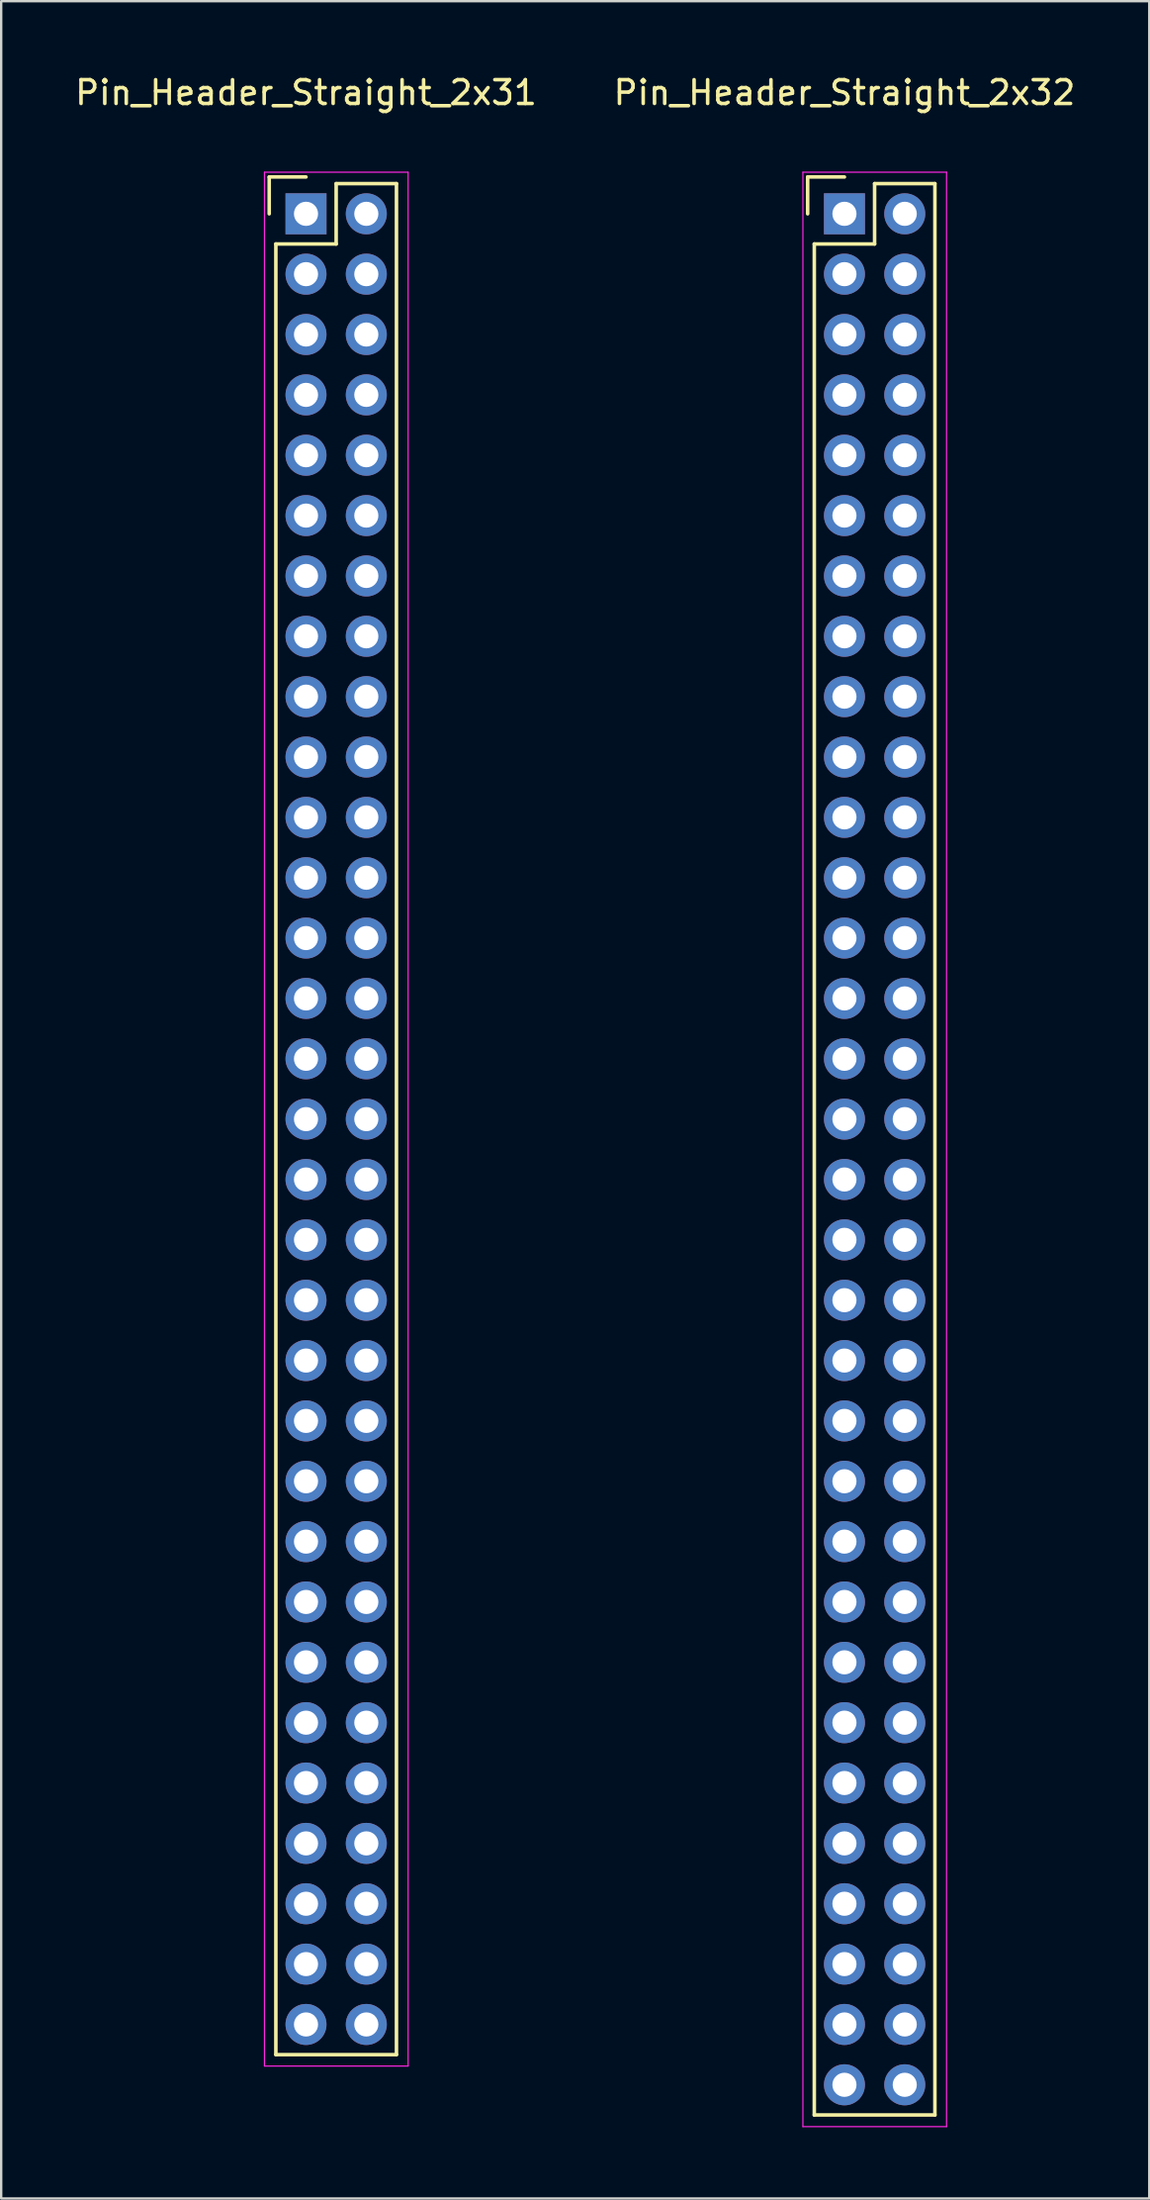
<source format=kicad_pcb>
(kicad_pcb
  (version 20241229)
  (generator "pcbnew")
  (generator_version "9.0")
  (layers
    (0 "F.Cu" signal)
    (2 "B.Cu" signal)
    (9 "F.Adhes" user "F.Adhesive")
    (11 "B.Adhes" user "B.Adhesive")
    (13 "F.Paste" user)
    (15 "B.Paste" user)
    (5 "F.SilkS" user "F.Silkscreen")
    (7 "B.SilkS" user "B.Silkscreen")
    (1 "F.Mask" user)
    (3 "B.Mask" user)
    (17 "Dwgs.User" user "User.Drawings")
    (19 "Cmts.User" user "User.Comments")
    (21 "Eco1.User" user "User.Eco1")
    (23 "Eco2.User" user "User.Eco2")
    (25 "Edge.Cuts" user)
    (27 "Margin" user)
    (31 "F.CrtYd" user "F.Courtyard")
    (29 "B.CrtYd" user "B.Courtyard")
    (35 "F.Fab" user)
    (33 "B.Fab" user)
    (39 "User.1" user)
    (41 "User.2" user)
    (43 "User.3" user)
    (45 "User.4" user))
  (footprint "Pin_Header_Straight_2x32"
    (layer "F.Cu")
    (at 32.518 5.948)
    (property "Reference" "Pin_Header_Straight_2x32" (at 0 -5.1 0) (layer "F.SilkS") (effects (font (size 1 1) (thickness 0.15))))
    (attr through_hole)
    (fp_line (start -1.55 -1.55) (end -1.55 0) (stroke (width 0.15) (type solid)) (layer "F.SilkS"))
    (fp_line (start -1.27 1.27) (end -1.27 80.01) (stroke (width 0.15) (type solid)) (layer "F.SilkS"))
    (fp_line (start 0 -1.55) (end -1.55 -1.55) (stroke (width 0.15) (type solid)) (layer "F.SilkS"))
    (fp_line (start 1.27 -1.27) (end 1.27 1.27) (stroke (width 0.15) (type solid)) (layer "F.SilkS"))
    (fp_line (start 1.27 1.27) (end -1.27 1.27) (stroke (width 0.15) (type solid)) (layer "F.SilkS"))
    (fp_line (start 3.81 -1.27) (end 1.27 -1.27) (stroke (width 0.15) (type solid)) (layer "F.SilkS"))
    (fp_line (start 3.81 80.01) (end -1.27 80.01) (stroke (width 0.15) (type solid)) (layer "F.SilkS"))
    (fp_line (start 3.81 80.01) (end 3.81 -1.27) (stroke (width 0.15) (type solid)) (layer "F.SilkS"))
    (fp_line (start -1.75 -1.75) (end -1.75 80.5) (stroke (width 0.05) (type solid)) (layer "F.CrtYd"))
    (fp_line (start -1.75 -1.75) (end 4.3 -1.75) (stroke (width 0.05) (type solid)) (layer "F.CrtYd"))
    (fp_line (start -1.75 80.5) (end 4.3 80.5) (stroke (width 0.05) (type solid)) (layer "F.CrtYd"))
    (fp_line (start 4.3 -1.75) (end 4.3 80.5) (stroke (width 0.05) (type solid)) (layer "F.CrtYd"))
    (pad "1" thru_hole rect (at 0 0) (size 1.727 1.727) (drill 1.016) (layers "*.Cu" "*.Mask"))
    (pad "2" thru_hole oval (at 2.54 0) (size 1.727 1.727) (drill 1.016) (layers "*.Cu" "*.Mask"))
    (pad "3" thru_hole oval (at 0 2.54) (size 1.727 1.727) (drill 1.016) (layers "*.Cu" "*.Mask"))
    (pad "4" thru_hole oval (at 2.54 2.54) (size 1.727 1.727) (drill 1.016) (layers "*.Cu" "*.Mask"))
    (pad "5" thru_hole oval (at 0 5.08) (size 1.727 1.727) (drill 1.016) (layers "*.Cu" "*.Mask"))
    (pad "6" thru_hole oval (at 2.54 5.08) (size 1.727 1.727) (drill 1.016) (layers "*.Cu" "*.Mask"))
    (pad "7" thru_hole oval (at 0 7.62) (size 1.727 1.727) (drill 1.016) (layers "*.Cu" "*.Mask"))
    (pad "8" thru_hole oval (at 2.54 7.62) (size 1.727 1.727) (drill 1.016) (layers "*.Cu" "*.Mask"))
    (pad "9" thru_hole oval (at 0 10.16) (size 1.727 1.727) (drill 1.016) (layers "*.Cu" "*.Mask"))
    (pad "10" thru_hole oval (at 2.54 10.16) (size 1.727 1.727) (drill 1.016) (layers "*.Cu" "*.Mask"))
    (pad "11" thru_hole oval (at 0 12.7) (size 1.727 1.727) (drill 1.016) (layers "*.Cu" "*.Mask"))
    (pad "12" thru_hole oval (at 2.54 12.7) (size 1.727 1.727) (drill 1.016) (layers "*.Cu" "*.Mask"))
    (pad "13" thru_hole oval (at 0 15.24) (size 1.727 1.727) (drill 1.016) (layers "*.Cu" "*.Mask"))
    (pad "14" thru_hole oval (at 2.54 15.24) (size 1.727 1.727) (drill 1.016) (layers "*.Cu" "*.Mask"))
    (pad "15" thru_hole oval (at 0 17.78) (size 1.727 1.727) (drill 1.016) (layers "*.Cu" "*.Mask"))
    (pad "16" thru_hole oval (at 2.54 17.78) (size 1.727 1.727) (drill 1.016) (layers "*.Cu" "*.Mask"))
    (pad "17" thru_hole oval (at 0 20.32) (size 1.727 1.727) (drill 1.016) (layers "*.Cu" "*.Mask"))
    (pad "18" thru_hole oval (at 2.54 20.32) (size 1.727 1.727) (drill 1.016) (layers "*.Cu" "*.Mask"))
    (pad "19" thru_hole oval (at 0 22.86) (size 1.727 1.727) (drill 1.016) (layers "*.Cu" "*.Mask"))
    (pad "20" thru_hole oval (at 2.54 22.86) (size 1.727 1.727) (drill 1.016) (layers "*.Cu" "*.Mask"))
    (pad "21" thru_hole oval (at 0 25.4) (size 1.727 1.727) (drill 1.016) (layers "*.Cu" "*.Mask"))
    (pad "22" thru_hole oval (at 2.54 25.4) (size 1.727 1.727) (drill 1.016) (layers "*.Cu" "*.Mask"))
    (pad "23" thru_hole oval (at 0 27.94) (size 1.727 1.727) (drill 1.016) (layers "*.Cu" "*.Mask"))
    (pad "24" thru_hole oval (at 2.54 27.94) (size 1.727 1.727) (drill 1.016) (layers "*.Cu" "*.Mask"))
    (pad "25" thru_hole oval (at 0 30.48) (size 1.727 1.727) (drill 1.016) (layers "*.Cu" "*.Mask"))
    (pad "26" thru_hole oval (at 2.54 30.48) (size 1.727 1.727) (drill 1.016) (layers "*.Cu" "*.Mask"))
    (pad "27" thru_hole oval (at 0 33.02) (size 1.727 1.727) (drill 1.016) (layers "*.Cu" "*.Mask"))
    (pad "28" thru_hole oval (at 2.54 33.02) (size 1.727 1.727) (drill 1.016) (layers "*.Cu" "*.Mask"))
    (pad "29" thru_hole oval (at 0 35.56) (size 1.727 1.727) (drill 1.016) (layers "*.Cu" "*.Mask"))
    (pad "30" thru_hole oval (at 2.54 35.56) (size 1.727 1.727) (drill 1.016) (layers "*.Cu" "*.Mask"))
    (pad "31" thru_hole oval (at 0 38.1) (size 1.727 1.727) (drill 1.016) (layers "*.Cu" "*.Mask"))
    (pad "32" thru_hole oval (at 2.54 38.1) (size 1.727 1.727) (drill 1.016) (layers "*.Cu" "*.Mask"))
    (pad "33" thru_hole oval (at 0 40.64) (size 1.727 1.727) (drill 1.016) (layers "*.Cu" "*.Mask"))
    (pad "34" thru_hole oval (at 2.54 40.64) (size 1.727 1.727) (drill 1.016) (layers "*.Cu" "*.Mask"))
    (pad "35" thru_hole oval (at 0 43.18) (size 1.727 1.727) (drill 1.016) (layers "*.Cu" "*.Mask"))
    (pad "36" thru_hole oval (at 2.54 43.18) (size 1.727 1.727) (drill 1.016) (layers "*.Cu" "*.Mask"))
    (pad "37" thru_hole oval (at 0 45.72) (size 1.727 1.727) (drill 1.016) (layers "*.Cu" "*.Mask"))
    (pad "38" thru_hole oval (at 2.54 45.72) (size 1.727 1.727) (drill 1.016) (layers "*.Cu" "*.Mask"))
    (pad "39" thru_hole oval (at 0 48.26) (size 1.727 1.727) (drill 1.016) (layers "*.Cu" "*.Mask"))
    (pad "40" thru_hole oval (at 2.54 48.26) (size 1.727 1.727) (drill 1.016) (layers "*.Cu" "*.Mask"))
    (pad "41" thru_hole oval (at 0 50.8) (size 1.727 1.727) (drill 1.016) (layers "*.Cu" "*.Mask"))
    (pad "42" thru_hole oval (at 2.54 50.8) (size 1.727 1.727) (drill 1.016) (layers "*.Cu" "*.Mask"))
    (pad "43" thru_hole oval (at 0 53.34) (size 1.727 1.727) (drill 1.016) (layers "*.Cu" "*.Mask"))
    (pad "44" thru_hole oval (at 2.54 53.34) (size 1.727 1.727) (drill 1.016) (layers "*.Cu" "*.Mask"))
    (pad "45" thru_hole oval (at 0 55.88) (size 1.727 1.727) (drill 1.016) (layers "*.Cu" "*.Mask"))
    (pad "46" thru_hole oval (at 2.54 55.88) (size 1.727 1.727) (drill 1.016) (layers "*.Cu" "*.Mask"))
    (pad "47" thru_hole oval (at 0 58.42) (size 1.727 1.727) (drill 1.016) (layers "*.Cu" "*.Mask"))
    (pad "48" thru_hole oval (at 2.54 58.42) (size 1.727 1.727) (drill 1.016) (layers "*.Cu" "*.Mask"))
    (pad "49" thru_hole oval (at 0 60.96) (size 1.727 1.727) (drill 1.016) (layers "*.Cu" "*.Mask"))
    (pad "50" thru_hole oval (at 2.54 60.96) (size 1.727 1.727) (drill 1.016) (layers "*.Cu" "*.Mask"))
    (pad "51" thru_hole oval (at 0 63.5) (size 1.727 1.727) (drill 1.016) (layers "*.Cu" "*.Mask"))
    (pad "52" thru_hole oval (at 2.54 63.5) (size 1.727 1.727) (drill 1.016) (layers "*.Cu" "*.Mask"))
    (pad "53" thru_hole oval (at 0 66.04) (size 1.727 1.727) (drill 1.016) (layers "*.Cu" "*.Mask"))
    (pad "54" thru_hole oval (at 2.54 66.04) (size 1.727 1.727) (drill 1.016) (layers "*.Cu" "*.Mask"))
    (pad "55" thru_hole oval (at 0 68.58) (size 1.727 1.727) (drill 1.016) (layers "*.Cu" "*.Mask"))
    (pad "56" thru_hole oval (at 2.54 68.58) (size 1.727 1.727) (drill 1.016) (layers "*.Cu" "*.Mask"))
    (pad "57" thru_hole oval (at 0 71.12) (size 1.727 1.727) (drill 1.016) (layers "*.Cu" "*.Mask"))
    (pad "58" thru_hole oval (at 2.54 71.12) (size 1.727 1.727) (drill 1.016) (layers "*.Cu" "*.Mask"))
    (pad "59" thru_hole oval (at 0 73.66) (size 1.727 1.727) (drill 1.016) (layers "*.Cu" "*.Mask"))
    (pad "60" thru_hole oval (at 2.54 73.66) (size 1.727 1.727) (drill 1.016) (layers "*.Cu" "*.Mask"))
    (pad "61" thru_hole oval (at 0 76.2) (size 1.727 1.727) (drill 1.016) (layers "*.Cu" "*.Mask"))
    (pad "62" thru_hole oval (at 2.54 76.2) (size 1.727 1.727) (drill 1.016) (layers "*.Cu" "*.Mask"))
    (pad "63" thru_hole oval (at 0 78.74) (size 1.727 1.727) (drill 1.016) (layers "*.Cu" "*.Mask"))
    (pad "64" thru_hole oval (at 2.54 78.74) (size 1.727 1.727) (drill 1.016) (layers "*.Cu" "*.Mask")))
  (footprint "Pin_Header_Straight_2x31"
    (layer "F.Cu")
    (at 9.839 5.948)
    (property "Reference" "Pin_Header_Straight_2x31" (at 0 -5.1 0) (layer "F.SilkS") (effects (font (size 1 1) (thickness 0.15))))
    (attr through_hole)
    (fp_line (start -1.55 -1.55) (end -1.55 0) (stroke (width 0.15) (type solid)) (layer "F.SilkS"))
    (fp_line (start -1.27 77.47) (end -1.27 1.27) (stroke (width 0.15) (type solid)) (layer "F.SilkS"))
    (fp_line (start 0 -1.55) (end -1.55 -1.55) (stroke (width 0.15) (type solid)) (layer "F.SilkS"))
    (fp_line (start 1.27 -1.27) (end 1.27 1.27) (stroke (width 0.15) (type solid)) (layer "F.SilkS"))
    (fp_line (start 1.27 1.27) (end -1.27 1.27) (stroke (width 0.15) (type solid)) (layer "F.SilkS"))
    (fp_line (start 3.81 -1.27) (end 1.27 -1.27) (stroke (width 0.15) (type solid)) (layer "F.SilkS"))
    (fp_line (start 3.81 -1.27) (end 3.81 77.47) (stroke (width 0.15) (type solid)) (layer "F.SilkS"))
    (fp_line (start 3.81 77.47) (end -1.27 77.47) (stroke (width 0.15) (type solid)) (layer "F.SilkS"))
    (fp_line (start -1.75 -1.75) (end -1.75 77.95) (stroke (width 0.05) (type solid)) (layer "F.CrtYd"))
    (fp_line (start -1.75 -1.75) (end 4.3 -1.75) (stroke (width 0.05) (type solid)) (layer "F.CrtYd"))
    (fp_line (start -1.75 77.95) (end 4.3 77.95) (stroke (width 0.05) (type solid)) (layer "F.CrtYd"))
    (fp_line (start 4.3 -1.75) (end 4.3 77.95) (stroke (width 0.05) (type solid)) (layer "F.CrtYd"))
    (pad "1" thru_hole rect (at 0 0) (size 1.727 1.727) (drill 1.016) (layers "*.Cu" "*.Mask"))
    (pad "2" thru_hole oval (at 2.54 0) (size 1.727 1.727) (drill 1.016) (layers "*.Cu" "*.Mask"))
    (pad "3" thru_hole oval (at 0 2.54) (size 1.727 1.727) (drill 1.016) (layers "*.Cu" "*.Mask"))
    (pad "4" thru_hole oval (at 2.54 2.54) (size 1.727 1.727) (drill 1.016) (layers "*.Cu" "*.Mask"))
    (pad "5" thru_hole oval (at 0 5.08) (size 1.727 1.727) (drill 1.016) (layers "*.Cu" "*.Mask"))
    (pad "6" thru_hole oval (at 2.54 5.08) (size 1.727 1.727) (drill 1.016) (layers "*.Cu" "*.Mask"))
    (pad "7" thru_hole oval (at 0 7.62) (size 1.727 1.727) (drill 1.016) (layers "*.Cu" "*.Mask"))
    (pad "8" thru_hole oval (at 2.54 7.62) (size 1.727 1.727) (drill 1.016) (layers "*.Cu" "*.Mask"))
    (pad "9" thru_hole oval (at 0 10.16) (size 1.727 1.727) (drill 1.016) (layers "*.Cu" "*.Mask"))
    (pad "10" thru_hole oval (at 2.54 10.16) (size 1.727 1.727) (drill 1.016) (layers "*.Cu" "*.Mask"))
    (pad "11" thru_hole oval (at 0 12.7) (size 1.727 1.727) (drill 1.016) (layers "*.Cu" "*.Mask"))
    (pad "12" thru_hole oval (at 2.54 12.7) (size 1.727 1.727) (drill 1.016) (layers "*.Cu" "*.Mask"))
    (pad "13" thru_hole oval (at 0 15.24) (size 1.727 1.727) (drill 1.016) (layers "*.Cu" "*.Mask"))
    (pad "14" thru_hole oval (at 2.54 15.24) (size 1.727 1.727) (drill 1.016) (layers "*.Cu" "*.Mask"))
    (pad "15" thru_hole oval (at 0 17.78) (size 1.727 1.727) (drill 1.016) (layers "*.Cu" "*.Mask"))
    (pad "16" thru_hole oval (at 2.54 17.78) (size 1.727 1.727) (drill 1.016) (layers "*.Cu" "*.Mask"))
    (pad "17" thru_hole oval (at 0 20.32) (size 1.727 1.727) (drill 1.016) (layers "*.Cu" "*.Mask"))
    (pad "18" thru_hole oval (at 2.54 20.32) (size 1.727 1.727) (drill 1.016) (layers "*.Cu" "*.Mask"))
    (pad "19" thru_hole oval (at 0 22.86) (size 1.727 1.727) (drill 1.016) (layers "*.Cu" "*.Mask"))
    (pad "20" thru_hole oval (at 2.54 22.86) (size 1.727 1.727) (drill 1.016) (layers "*.Cu" "*.Mask"))
    (pad "21" thru_hole oval (at 0 25.4) (size 1.727 1.727) (drill 1.016) (layers "*.Cu" "*.Mask"))
    (pad "22" thru_hole oval (at 2.54 25.4) (size 1.727 1.727) (drill 1.016) (layers "*.Cu" "*.Mask"))
    (pad "23" thru_hole oval (at 0 27.94) (size 1.727 1.727) (drill 1.016) (layers "*.Cu" "*.Mask"))
    (pad "24" thru_hole oval (at 2.54 27.94) (size 1.727 1.727) (drill 1.016) (layers "*.Cu" "*.Mask"))
    (pad "25" thru_hole oval (at 0 30.48) (size 1.727 1.727) (drill 1.016) (layers "*.Cu" "*.Mask"))
    (pad "26" thru_hole oval (at 2.54 30.48) (size 1.727 1.727) (drill 1.016) (layers "*.Cu" "*.Mask"))
    (pad "27" thru_hole oval (at 0 33.02) (size 1.727 1.727) (drill 1.016) (layers "*.Cu" "*.Mask"))
    (pad "28" thru_hole oval (at 2.54 33.02) (size 1.727 1.727) (drill 1.016) (layers "*.Cu" "*.Mask"))
    (pad "29" thru_hole oval (at 0 35.56) (size 1.727 1.727) (drill 1.016) (layers "*.Cu" "*.Mask"))
    (pad "30" thru_hole oval (at 2.54 35.56) (size 1.727 1.727) (drill 1.016) (layers "*.Cu" "*.Mask"))
    (pad "31" thru_hole oval (at 0 38.1) (size 1.727 1.727) (drill 1.016) (layers "*.Cu" "*.Mask"))
    (pad "32" thru_hole oval (at 2.54 38.1) (size 1.727 1.727) (drill 1.016) (layers "*.Cu" "*.Mask"))
    (pad "33" thru_hole oval (at 0 40.64) (size 1.727 1.727) (drill 1.016) (layers "*.Cu" "*.Mask"))
    (pad "34" thru_hole oval (at 2.54 40.64) (size 1.727 1.727) (drill 1.016) (layers "*.Cu" "*.Mask"))
    (pad "35" thru_hole oval (at 0 43.18) (size 1.727 1.727) (drill 1.016) (layers "*.Cu" "*.Mask"))
    (pad "36" thru_hole oval (at 2.54 43.18) (size 1.727 1.727) (drill 1.016) (layers "*.Cu" "*.Mask"))
    (pad "37" thru_hole oval (at 0 45.72) (size 1.727 1.727) (drill 1.016) (layers "*.Cu" "*.Mask"))
    (pad "38" thru_hole oval (at 2.54 45.72) (size 1.727 1.727) (drill 1.016) (layers "*.Cu" "*.Mask"))
    (pad "39" thru_hole oval (at 0 48.26) (size 1.727 1.727) (drill 1.016) (layers "*.Cu" "*.Mask"))
    (pad "40" thru_hole oval (at 2.54 48.26) (size 1.727 1.727) (drill 1.016) (layers "*.Cu" "*.Mask"))
    (pad "41" thru_hole oval (at 0 50.8) (size 1.727 1.727) (drill 1.016) (layers "*.Cu" "*.Mask"))
    (pad "42" thru_hole oval (at 2.54 50.8) (size 1.727 1.727) (drill 1.016) (layers "*.Cu" "*.Mask"))
    (pad "43" thru_hole oval (at 0 53.34) (size 1.727 1.727) (drill 1.016) (layers "*.Cu" "*.Mask"))
    (pad "44" thru_hole oval (at 2.54 53.34) (size 1.727 1.727) (drill 1.016) (layers "*.Cu" "*.Mask"))
    (pad "45" thru_hole oval (at 0 55.88) (size 1.727 1.727) (drill 1.016) (layers "*.Cu" "*.Mask"))
    (pad "46" thru_hole oval (at 2.54 55.88) (size 1.727 1.727) (drill 1.016) (layers "*.Cu" "*.Mask"))
    (pad "47" thru_hole oval (at 0 58.42) (size 1.727 1.727) (drill 1.016) (layers "*.Cu" "*.Mask"))
    (pad "48" thru_hole oval (at 2.54 58.42) (size 1.727 1.727) (drill 1.016) (layers "*.Cu" "*.Mask"))
    (pad "49" thru_hole oval (at 0 60.96) (size 1.727 1.727) (drill 1.016) (layers "*.Cu" "*.Mask"))
    (pad "50" thru_hole oval (at 2.54 60.96) (size 1.727 1.727) (drill 1.016) (layers "*.Cu" "*.Mask"))
    (pad "51" thru_hole oval (at 0 63.5) (size 1.727 1.727) (drill 1.016) (layers "*.Cu" "*.Mask"))
    (pad "52" thru_hole oval (at 2.54 63.5) (size 1.727 1.727) (drill 1.016) (layers "*.Cu" "*.Mask"))
    (pad "53" thru_hole oval (at 0 66.04) (size 1.727 1.727) (drill 1.016) (layers "*.Cu" "*.Mask"))
    (pad "54" thru_hole oval (at 2.54 66.04) (size 1.727 1.727) (drill 1.016) (layers "*.Cu" "*.Mask"))
    (pad "55" thru_hole oval (at 0 68.58) (size 1.727 1.727) (drill 1.016) (layers "*.Cu" "*.Mask"))
    (pad "56" thru_hole oval (at 2.54 68.58) (size 1.727 1.727) (drill 1.016) (layers "*.Cu" "*.Mask"))
    (pad "57" thru_hole oval (at 0 71.12) (size 1.727 1.727) (drill 1.016) (layers "*.Cu" "*.Mask"))
    (pad "58" thru_hole oval (at 2.54 71.12) (size 1.727 1.727) (drill 1.016) (layers "*.Cu" "*.Mask"))
    (pad "59" thru_hole oval (at 0 73.66) (size 1.727 1.727) (drill 1.016) (layers "*.Cu" "*.Mask"))
    (pad "60" thru_hole oval (at 2.54 73.66) (size 1.727 1.727) (drill 1.016) (layers "*.Cu" "*.Mask"))
    (pad "61" thru_hole oval (at 0 76.2) (size 1.727 1.727) (drill 1.016) (layers "*.Cu" "*.Mask"))
    (pad "62" thru_hole oval (at 2.54 76.2) (size 1.727 1.727) (drill 1.016) (layers "*.Cu" "*.Mask")))
  (gr_rect
    (start -3 -3)
    (end 45.357 89.473)
    (stroke (width 0.1) (type default))
    (fill no)
    (layer "Edge.Cuts")))
</source>
